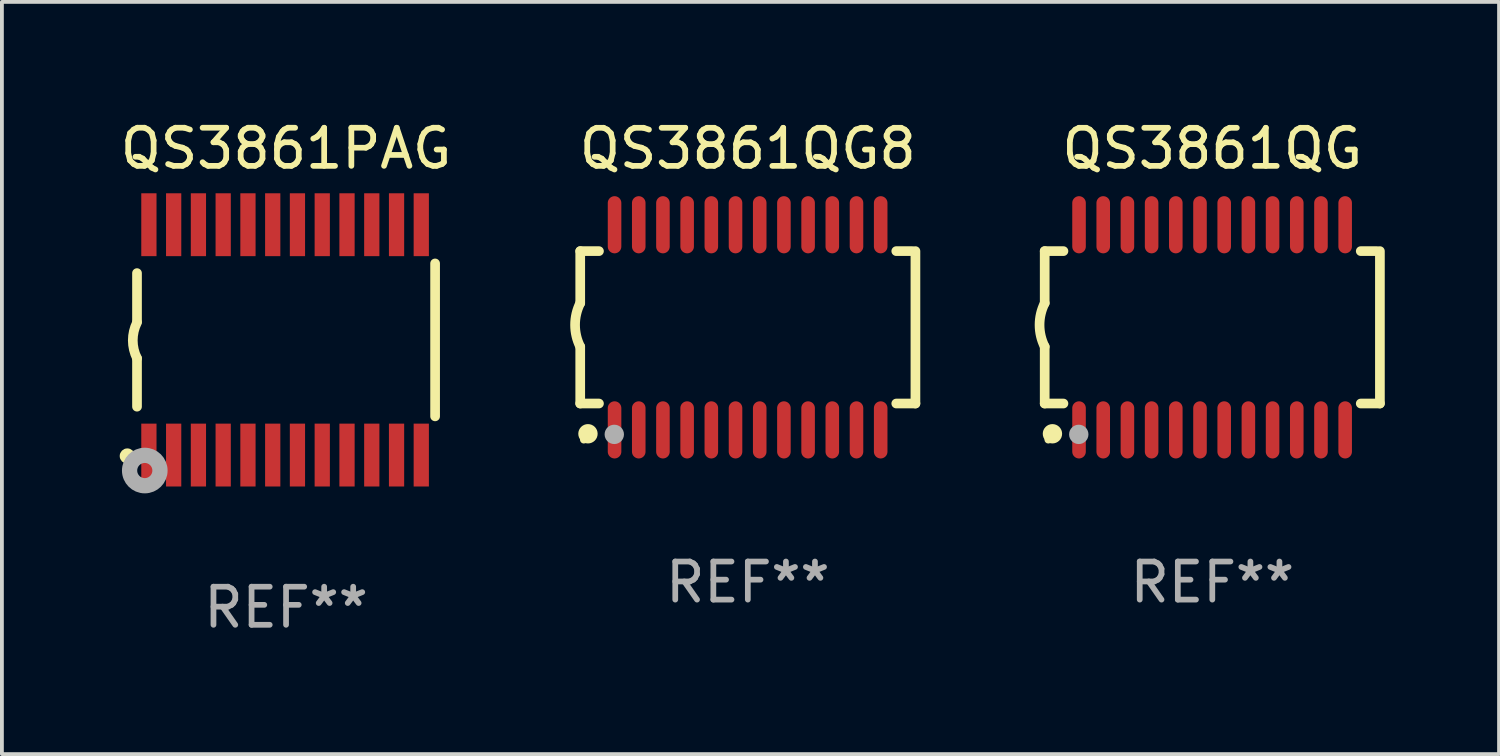
<source format=kicad_pcb>
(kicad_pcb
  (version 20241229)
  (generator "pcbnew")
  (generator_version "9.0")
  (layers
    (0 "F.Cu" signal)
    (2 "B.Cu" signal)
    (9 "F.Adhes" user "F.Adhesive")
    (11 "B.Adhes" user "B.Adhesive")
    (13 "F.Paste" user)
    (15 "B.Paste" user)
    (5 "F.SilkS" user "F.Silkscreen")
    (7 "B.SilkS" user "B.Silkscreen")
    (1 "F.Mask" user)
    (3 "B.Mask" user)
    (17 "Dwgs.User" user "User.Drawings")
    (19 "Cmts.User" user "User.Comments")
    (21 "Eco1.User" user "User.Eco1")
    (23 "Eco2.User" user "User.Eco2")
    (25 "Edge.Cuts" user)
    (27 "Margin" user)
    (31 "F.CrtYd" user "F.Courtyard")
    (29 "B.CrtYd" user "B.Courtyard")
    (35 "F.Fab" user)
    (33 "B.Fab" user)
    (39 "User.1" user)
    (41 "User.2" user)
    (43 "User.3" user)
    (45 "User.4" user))
  (footprint "QS3861QG"
    (layer "F.Cu")
    (at 28.769 5.541)
    (property "Reference" "QS3861QG" (at 0 -4.692 0) (layer "F.SilkS") (effects (font (size 1 1) (thickness 0.15))))
    (attr through_hole)
    (fp_line (start -4.399 -2) (end -4.399 -0.635) (stroke (width 0.254) (type solid)) (layer "F.SilkS"))
    (fp_line (start -4.399 -2) (end -3.907 -2) (stroke (width 0.254) (type solid)) (layer "F.SilkS"))
    (fp_line (start -4.399 2) (end -4.399 0.508) (stroke (width 0.254) (type solid)) (layer "F.SilkS"))
    (fp_line (start -4.399 2) (end -3.907 2) (stroke (width 0.254) (type solid)) (layer "F.SilkS"))
    (fp_line (start 3.896 -2) (end 4.313 -2) (stroke (width 0.254) (type solid)) (layer "F.SilkS"))
    (fp_line (start 3.896 2) (end 4.399 2) (stroke (width 0.254) (type solid)) (layer "F.SilkS"))
    (fp_line (start 4.399 2) (end 4.399 -2) (stroke (width 0.254) (type solid)) (layer "F.SilkS"))
    (fp_arc (start -4.399301 0.508001) (mid -4.534214 -0.0635) (end -4.399301 -0.635001) (stroke (width 0.254001) (type solid)) (layer "F.SilkS"))
    (fp_circle (center -4.305 2.95) (end -4.255 2.95) (stroke (width 0.1) (type solid)) (fill no) (layer "F.SilkS"))
    (fp_circle (center -4.196 2.794) (end -4.069 2.794) (stroke (width 0.254) (type solid)) (fill no) (layer "F.SilkS"))
    (fp_circle (center -3.505 2.81) (end -3.378 2.81) (stroke (width 0.254) (type solid)) (fill no) (layer "F.Fab"))
    (fp_text user "REF**" (at 0 6.692 0) (layer "F.Fab") (effects (font (size 1 1) (thickness 0.15))))
    (pad "1" smd oval (at -3.498 2.692 90) (size 1.5 0.356) (layers "F.Cu" "F.Mask" "F.Paste"))
    (pad "2" smd oval (at -2.863 2.692 90) (size 1.5 0.356) (layers "F.Cu" "F.Mask" "F.Paste"))
    (pad "3" smd oval (at -2.228 2.692 90) (size 1.5 0.356) (layers "F.Cu" "F.Mask" "F.Paste"))
    (pad "4" smd oval (at -1.593 2.692 90) (size 1.5 0.356) (layers "F.Cu" "F.Mask" "F.Paste"))
    (pad "5" smd oval (at -0.958 2.692 90) (size 1.5 0.356) (layers "F.Cu" "F.Mask" "F.Paste"))
    (pad "6" smd oval (at -0.323 2.692 90) (size 1.5 0.356) (layers "F.Cu" "F.Mask" "F.Paste"))
    (pad "7" smd oval (at 0.312 2.692 90) (size 1.5 0.356) (layers "F.Cu" "F.Mask" "F.Paste"))
    (pad "8" smd oval (at 0.947 2.692 90) (size 1.5 0.356) (layers "F.Cu" "F.Mask" "F.Paste"))
    (pad "9" smd oval (at 1.582 2.692 90) (size 1.5 0.356) (layers "F.Cu" "F.Mask" "F.Paste"))
    (pad "10" smd oval (at 2.217 2.692 90) (size 1.5 0.356) (layers "F.Cu" "F.Mask" "F.Paste"))
    (pad "11" smd oval (at 2.852 2.692 90) (size 1.5 0.356) (layers "F.Cu" "F.Mask" "F.Paste"))
    (pad "12" smd oval (at 3.487 2.692 90) (size 1.5 0.356) (layers "F.Cu" "F.Mask" "F.Paste"))
    (pad "13" smd oval (at 3.487 -2.692 90) (size 1.5 0.356) (layers "F.Cu" "F.Mask" "F.Paste"))
    (pad "14" smd oval (at 2.852 -2.692 90) (size 1.5 0.356) (layers "F.Cu" "F.Mask" "F.Paste"))
    (pad "15" smd oval (at 2.217 -2.692 90) (size 1.5 0.356) (layers "F.Cu" "F.Mask" "F.Paste"))
    (pad "16" smd oval (at 1.582 -2.692 90) (size 1.5 0.356) (layers "F.Cu" "F.Mask" "F.Paste"))
    (pad "17" smd oval (at 0.947 -2.692 90) (size 1.5 0.356) (layers "F.Cu" "F.Mask" "F.Paste"))
    (pad "18" smd oval (at 0.312 -2.692 90) (size 1.5 0.356) (layers "F.Cu" "F.Mask" "F.Paste"))
    (pad "19" smd oval (at -0.323 -2.692 90) (size 1.5 0.356) (layers "F.Cu" "F.Mask" "F.Paste"))
    (pad "20" smd oval (at -0.958 -2.692 90) (size 1.5 0.356) (layers "F.Cu" "F.Mask" "F.Paste"))
    (pad "21" smd oval (at -1.593 -2.692 90) (size 1.5 0.356) (layers "F.Cu" "F.Mask" "F.Paste"))
    (pad "22" smd oval (at -2.228 -2.692 90) (size 1.5 0.356) (layers "F.Cu" "F.Mask" "F.Paste"))
    (pad "23" smd oval (at -2.863 -2.692 90) (size 1.5 0.356) (layers "F.Cu" "F.Mask" "F.Paste"))
    (pad "24" smd oval (at -3.498 -2.692 90) (size 1.5 0.356) (layers "F.Cu" "F.Mask" "F.Paste")))
  (footprint "QS3861QG8"
    (layer "F.Cu")
    (at 16.578 5.541)
    (property "Reference" "QS3861QG8" (at 0 -4.692 0) (layer "F.SilkS") (effects (font (size 1 1) (thickness 0.15))))
    (attr through_hole)
    (fp_line (start -4.399 -2) (end -4.399 -0.635) (stroke (width 0.254) (type solid)) (layer "F.SilkS"))
    (fp_line (start -4.399 -2) (end -3.907 -2) (stroke (width 0.254) (type solid)) (layer "F.SilkS"))
    (fp_line (start -4.399 2) (end -4.399 0.508) (stroke (width 0.254) (type solid)) (layer "F.SilkS"))
    (fp_line (start -4.399 2) (end -3.907 2) (stroke (width 0.254) (type solid)) (layer "F.SilkS"))
    (fp_line (start 3.896 -2) (end 4.313 -2) (stroke (width 0.254) (type solid)) (layer "F.SilkS"))
    (fp_line (start 3.896 2) (end 4.399 2) (stroke (width 0.254) (type solid)) (layer "F.SilkS"))
    (fp_line (start 4.399 2) (end 4.399 -2) (stroke (width 0.254) (type solid)) (layer "F.SilkS"))
    (fp_arc (start -4.399301 0.508001) (mid -4.534214 -0.0635) (end -4.399301 -0.635001) (stroke (width 0.254001) (type solid)) (layer "F.SilkS"))
    (fp_circle (center -4.305 2.95) (end -4.255 2.95) (stroke (width 0.1) (type solid)) (fill no) (layer "F.SilkS"))
    (fp_circle (center -4.196 2.794) (end -4.069 2.794) (stroke (width 0.254) (type solid)) (fill no) (layer "F.SilkS"))
    (fp_circle (center -3.505 2.81) (end -3.378 2.81) (stroke (width 0.254) (type solid)) (fill no) (layer "F.Fab"))
    (fp_text user "REF**" (at 0 6.692 0) (layer "F.Fab") (effects (font (size 1 1) (thickness 0.15))))
    (pad "1" smd oval (at -3.498 2.692 90) (size 1.5 0.356) (layers "F.Cu" "F.Mask" "F.Paste"))
    (pad "2" smd oval (at -2.863 2.692 90) (size 1.5 0.356) (layers "F.Cu" "F.Mask" "F.Paste"))
    (pad "3" smd oval (at -2.228 2.692 90) (size 1.5 0.356) (layers "F.Cu" "F.Mask" "F.Paste"))
    (pad "4" smd oval (at -1.593 2.692 90) (size 1.5 0.356) (layers "F.Cu" "F.Mask" "F.Paste"))
    (pad "5" smd oval (at -0.958 2.692 90) (size 1.5 0.356) (layers "F.Cu" "F.Mask" "F.Paste"))
    (pad "6" smd oval (at -0.323 2.692 90) (size 1.5 0.356) (layers "F.Cu" "F.Mask" "F.Paste"))
    (pad "7" smd oval (at 0.312 2.692 90) (size 1.5 0.356) (layers "F.Cu" "F.Mask" "F.Paste"))
    (pad "8" smd oval (at 0.947 2.692 90) (size 1.5 0.356) (layers "F.Cu" "F.Mask" "F.Paste"))
    (pad "9" smd oval (at 1.582 2.692 90) (size 1.5 0.356) (layers "F.Cu" "F.Mask" "F.Paste"))
    (pad "10" smd oval (at 2.217 2.692 90) (size 1.5 0.356) (layers "F.Cu" "F.Mask" "F.Paste"))
    (pad "11" smd oval (at 2.852 2.692 90) (size 1.5 0.356) (layers "F.Cu" "F.Mask" "F.Paste"))
    (pad "12" smd oval (at 3.487 2.692 90) (size 1.5 0.356) (layers "F.Cu" "F.Mask" "F.Paste"))
    (pad "13" smd oval (at 3.487 -2.692 90) (size 1.5 0.356) (layers "F.Cu" "F.Mask" "F.Paste"))
    (pad "14" smd oval (at 2.852 -2.692 90) (size 1.5 0.356) (layers "F.Cu" "F.Mask" "F.Paste"))
    (pad "15" smd oval (at 2.217 -2.692 90) (size 1.5 0.356) (layers "F.Cu" "F.Mask" "F.Paste"))
    (pad "16" smd oval (at 1.582 -2.692 90) (size 1.5 0.356) (layers "F.Cu" "F.Mask" "F.Paste"))
    (pad "17" smd oval (at 0.947 -2.692 90) (size 1.5 0.356) (layers "F.Cu" "F.Mask" "F.Paste"))
    (pad "18" smd oval (at 0.312 -2.692 90) (size 1.5 0.356) (layers "F.Cu" "F.Mask" "F.Paste"))
    (pad "19" smd oval (at -0.323 -2.692 90) (size 1.5 0.356) (layers "F.Cu" "F.Mask" "F.Paste"))
    (pad "20" smd oval (at -0.958 -2.692 90) (size 1.5 0.356) (layers "F.Cu" "F.Mask" "F.Paste"))
    (pad "21" smd oval (at -1.593 -2.692 90) (size 1.5 0.356) (layers "F.Cu" "F.Mask" "F.Paste"))
    (pad "22" smd oval (at -2.228 -2.692 90) (size 1.5 0.356) (layers "F.Cu" "F.Mask" "F.Paste"))
    (pad "23" smd oval (at -2.863 -2.692 90) (size 1.5 0.356) (layers "F.Cu" "F.Mask" "F.Paste"))
    (pad "24" smd oval (at -3.498 -2.692 90) (size 1.5 0.356) (layers "F.Cu" "F.Mask" "F.Paste")))
  (footprint "QS3861PAG"
    (layer "F.Cu")
    (at 4.458 5.871)
    (property "Reference" "QS3861PAG" (at 0 -5.023 0) (layer "F.SilkS") (effects (font (size 1 1) (thickness 0.15))))
    (attr through_hole)
    (fp_line (start -3.912 -0.483) (end -3.912 -1.753) (stroke (width 0.254) (type solid)) (layer "F.SilkS"))
    (fp_line (start -3.912 1.753) (end -3.912 0.483) (stroke (width 0.254) (type solid)) (layer "F.SilkS"))
    (fp_line (start 3.912 -2.007) (end 3.912 2.007) (stroke (width 0.254) (type solid)) (layer "F.SilkS"))
    (fp_arc (start -3.911608 0.482601) (mid -4.022537 0.0127) (end -3.911608 -0.457201) (stroke (width 0.254001) (type solid)) (layer "F.SilkS"))
    (fp_circle (center -4.166 3.048) (end -4.066 3.048) (stroke (width 0.2) (type solid)) (fill no) (layer "F.SilkS"))
    (fp_circle (center -3.925 3.186) (end -3.895 3.186) (stroke (width 0.06) (type solid)) (fill no) (layer "F.SilkS"))
    (fp_circle (center -3.708 3.429) (end -3.509 3.429) (stroke (width 0.4) (type solid)) (fill no) (layer "F.Fab"))
    (fp_text user "REF**" (at 0 7.023 0) (layer "F.Fab") (effects (font (size 1 1) (thickness 0.15))))
    (pad "1" smd rect (at -3.6 3.023) (size 0.4 1.65) (layers "F.Cu" "F.Mask" "F.Paste"))
    (pad "2" smd rect (at -2.95 3.023) (size 0.4 1.65) (layers "F.Cu" "F.Mask" "F.Paste"))
    (pad "3" smd rect (at -2.3 3.023) (size 0.4 1.65) (layers "F.Cu" "F.Mask" "F.Paste"))
    (pad "4" smd rect (at -1.65 3.023) (size 0.4 1.65) (layers "F.Cu" "F.Mask" "F.Paste"))
    (pad "5" smd rect (at -1 3.023) (size 0.4 1.65) (layers "F.Cu" "F.Mask" "F.Paste"))
    (pad "6" smd rect (at -0.35 3.023) (size 0.4 1.65) (layers "F.Cu" "F.Mask" "F.Paste"))
    (pad "7" smd rect (at 0.299 3.023) (size 0.4 1.65) (layers "F.Cu" "F.Mask" "F.Paste"))
    (pad "8" smd rect (at 0.95 3.023) (size 0.4 1.65) (layers "F.Cu" "F.Mask" "F.Paste"))
    (pad "9" smd rect (at 1.6 3.023) (size 0.4 1.65) (layers "F.Cu" "F.Mask" "F.Paste"))
    (pad "10" smd rect (at 2.25 3.023) (size 0.4 1.65) (layers "F.Cu" "F.Mask" "F.Paste"))
    (pad "11" smd rect (at 2.9 3.023) (size 0.4 1.65) (layers "F.Cu" "F.Mask" "F.Paste"))
    (pad "12" smd rect (at 3.549 3.023) (size 0.4 1.65) (layers "F.Cu" "F.Mask" "F.Paste"))
    (pad "13" smd rect (at 3.549 -3.023) (size 0.4 1.65) (layers "F.Cu" "F.Mask" "F.Paste"))
    (pad "14" smd rect (at 2.9 -3.023) (size 0.4 1.65) (layers "F.Cu" "F.Mask" "F.Paste"))
    (pad "15" smd rect (at 2.25 -3.023) (size 0.4 1.65) (layers "F.Cu" "F.Mask" "F.Paste"))
    (pad "16" smd rect (at 1.6 -3.023) (size 0.4 1.65) (layers "F.Cu" "F.Mask" "F.Paste"))
    (pad "17" smd rect (at 0.95 -3.023) (size 0.4 1.65) (layers "F.Cu" "F.Mask" "F.Paste"))
    (pad "18" smd rect (at 0.299 -3.023) (size 0.4 1.65) (layers "F.Cu" "F.Mask" "F.Paste"))
    (pad "19" smd rect (at -0.35 -3.023) (size 0.4 1.65) (layers "F.Cu" "F.Mask" "F.Paste"))
    (pad "20" smd rect (at -1 -3.023) (size 0.4 1.65) (layers "F.Cu" "F.Mask" "F.Paste"))
    (pad "21" smd rect (at -1.65 -3.023) (size 0.4 1.65) (layers "F.Cu" "F.Mask" "F.Paste"))
    (pad "22" smd rect (at -2.3 -3.023) (size 0.4 1.65) (layers "F.Cu" "F.Mask" "F.Paste"))
    (pad "23" smd rect (at -2.95 -3.023) (size 0.4 1.65) (layers "F.Cu" "F.Mask" "F.Paste"))
    (pad "24" smd rect (at -3.6 -3.023) (size 0.4 1.65) (layers "F.Cu" "F.Mask" "F.Paste")))
  (gr_rect
    (start -3 -3)
    (end 36.295 16.742)
    (stroke (width 0.1) (type default))
    (fill no)
    (layer "Edge.Cuts")))
</source>
